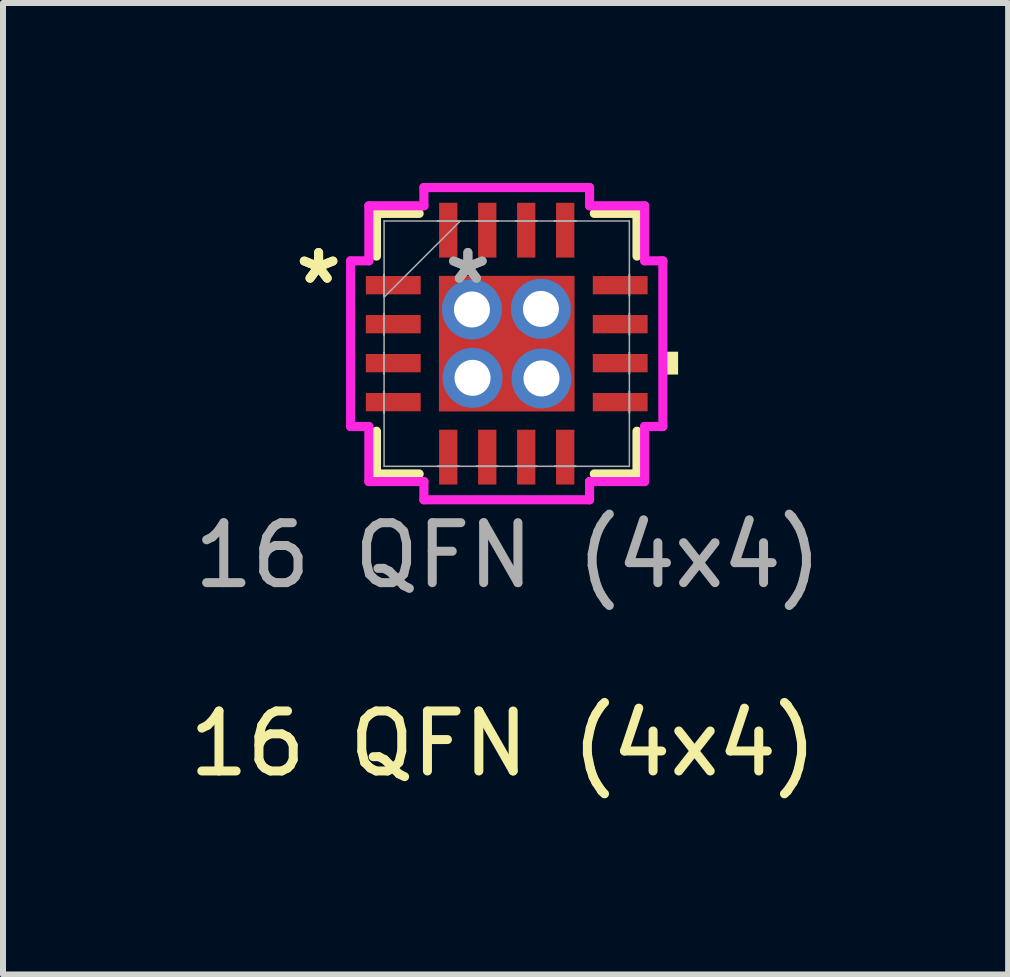
<source format=kicad_pcb>
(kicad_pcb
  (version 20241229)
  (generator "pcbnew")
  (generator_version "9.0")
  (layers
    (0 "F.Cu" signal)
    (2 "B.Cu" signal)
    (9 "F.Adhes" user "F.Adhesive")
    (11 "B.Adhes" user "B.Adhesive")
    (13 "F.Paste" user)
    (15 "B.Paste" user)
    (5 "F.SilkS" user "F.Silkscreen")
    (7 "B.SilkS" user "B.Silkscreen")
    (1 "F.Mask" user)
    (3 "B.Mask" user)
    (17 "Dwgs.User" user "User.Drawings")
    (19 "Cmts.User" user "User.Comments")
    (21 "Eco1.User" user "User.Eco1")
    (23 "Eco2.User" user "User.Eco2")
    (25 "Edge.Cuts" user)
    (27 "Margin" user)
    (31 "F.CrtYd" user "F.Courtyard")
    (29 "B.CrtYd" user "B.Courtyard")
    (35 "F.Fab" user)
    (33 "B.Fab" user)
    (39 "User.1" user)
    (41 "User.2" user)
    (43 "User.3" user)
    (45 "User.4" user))
  (footprint "16 QFN (4x4)"
    (layer "F.Cu")
    (at 5.399 2.68)
    (property "Reference" "16 QFN (4x4)" (at -0.06 6.67 0) (unlocked yes) (layer "F.SilkS") (effects (font (size 1 1) (thickness 0.15))))
    (attr smd)
    (fp_line (start -2.172 -2.172) (end -2.172 -1.46) (stroke (width 0.152) (type solid)) (layer "F.SilkS"))
    (fp_line (start -2.172 1.46) (end -2.172 2.172) (stroke (width 0.152) (type solid)) (layer "F.SilkS"))
    (fp_line (start -2.172 2.172) (end -1.46 2.172) (stroke (width 0.152) (type solid)) (layer "F.SilkS"))
    (fp_line (start -1.46 -2.172) (end -2.172 -2.172) (stroke (width 0.152) (type solid)) (layer "F.SilkS"))
    (fp_line (start 1.46 2.172) (end 2.172 2.172) (stroke (width 0.152) (type solid)) (layer "F.SilkS"))
    (fp_line (start 2.172 -2.172) (end 1.46 -2.172) (stroke (width 0.152) (type solid)) (layer "F.SilkS"))
    (fp_line (start 2.172 -1.46) (end 2.172 -2.172) (stroke (width 0.152) (type solid)) (layer "F.SilkS"))
    (fp_line (start 2.172 2.172) (end 2.172 1.46) (stroke (width 0.152) (type solid)) (layer "F.SilkS"))
    (fp_poly (pts (xy 2.857 0.134) (xy 2.857 0.515) (xy 2.603 0.515) (xy 2.603 0.134)) (stroke (width 0) (type solid)) (fill yes) (layer "F.SilkS"))
    (fp_line (start -2.603 -1.381) (end -2.299 -1.381) (stroke (width 0.152) (type solid)) (layer "F.CrtYd"))
    (fp_line (start -2.603 1.381) (end -2.603 -1.381) (stroke (width 0.152) (type solid)) (layer "F.CrtYd"))
    (fp_line (start -2.299 -2.299) (end -1.381 -2.299) (stroke (width 0.152) (type solid)) (layer "F.CrtYd"))
    (fp_line (start -2.299 -1.381) (end -2.299 -2.299) (stroke (width 0.152) (type solid)) (layer "F.CrtYd"))
    (fp_line (start -2.299 1.381) (end -2.603 1.381) (stroke (width 0.152) (type solid)) (layer "F.CrtYd"))
    (fp_line (start -2.299 2.299) (end -2.299 1.381) (stroke (width 0.152) (type solid)) (layer "F.CrtYd"))
    (fp_line (start -1.381 -2.603) (end 1.381 -2.603) (stroke (width 0.152) (type solid)) (layer "F.CrtYd"))
    (fp_line (start -1.381 -2.299) (end -1.381 -2.603) (stroke (width 0.152) (type solid)) (layer "F.CrtYd"))
    (fp_line (start -1.381 2.299) (end -2.299 2.299) (stroke (width 0.152) (type solid)) (layer "F.CrtYd"))
    (fp_line (start -1.381 2.603) (end -1.381 2.299) (stroke (width 0.152) (type solid)) (layer "F.CrtYd"))
    (fp_line (start 1.381 -2.603) (end 1.381 -2.299) (stroke (width 0.152) (type solid)) (layer "F.CrtYd"))
    (fp_line (start 1.381 -2.299) (end 2.299 -2.299) (stroke (width 0.152) (type solid)) (layer "F.CrtYd"))
    (fp_line (start 1.381 2.299) (end 1.381 2.603) (stroke (width 0.152) (type solid)) (layer "F.CrtYd"))
    (fp_line (start 1.381 2.603) (end -1.381 2.603) (stroke (width 0.152) (type solid)) (layer "F.CrtYd"))
    (fp_line (start 2.299 -2.299) (end 2.299 -1.381) (stroke (width 0.152) (type solid)) (layer "F.CrtYd"))
    (fp_line (start 2.299 -1.381) (end 2.603 -1.381) (stroke (width 0.152) (type solid)) (layer "F.CrtYd"))
    (fp_line (start 2.299 1.381) (end 2.299 2.299) (stroke (width 0.152) (type solid)) (layer "F.CrtYd"))
    (fp_line (start 2.299 2.299) (end 1.381 2.299) (stroke (width 0.152) (type solid)) (layer "F.CrtYd"))
    (fp_line (start 2.603 -1.381) (end 2.603 1.381) (stroke (width 0.152) (type solid)) (layer "F.CrtYd"))
    (fp_line (start 2.603 1.381) (end 2.299 1.381) (stroke (width 0.152) (type solid)) (layer "F.CrtYd"))
    (fp_line (start -2.045 -2.045) (end -2.045 2.045) (stroke (width 0.025) (type solid)) (layer "F.Fab"))
    (fp_line (start -2.045 -1.153) (end -2.045 -1.153) (stroke (width 0.025) (type solid)) (layer "F.Fab"))
    (fp_line (start -2.045 -1.153) (end -2.045 -0.797) (stroke (width 0.025) (type solid)) (layer "F.Fab"))
    (fp_line (start -2.045 -0.797) (end -2.045 -1.153) (stroke (width 0.025) (type solid)) (layer "F.Fab"))
    (fp_line (start -2.045 -0.797) (end -2.045 -0.797) (stroke (width 0.025) (type solid)) (layer "F.Fab"))
    (fp_line (start -2.045 -0.775) (end -0.775 -2.045) (stroke (width 0.025) (type solid)) (layer "F.Fab"))
    (fp_line (start -2.045 -0.503) (end -2.045 -0.503) (stroke (width 0.025) (type solid)) (layer "F.Fab"))
    (fp_line (start -2.045 -0.503) (end -2.045 -0.147) (stroke (width 0.025) (type solid)) (layer "F.Fab"))
    (fp_line (start -2.045 -0.147) (end -2.045 -0.503) (stroke (width 0.025) (type solid)) (layer "F.Fab"))
    (fp_line (start -2.045 -0.147) (end -2.045 -0.147) (stroke (width 0.025) (type solid)) (layer "F.Fab"))
    (fp_line (start -2.045 0.147) (end -2.045 0.147) (stroke (width 0.025) (type solid)) (layer "F.Fab"))
    (fp_line (start -2.045 0.147) (end -2.045 0.503) (stroke (width 0.025) (type solid)) (layer "F.Fab"))
    (fp_line (start -2.045 0.503) (end -2.045 0.147) (stroke (width 0.025) (type solid)) (layer "F.Fab"))
    (fp_line (start -2.045 0.503) (end -2.045 0.503) (stroke (width 0.025) (type solid)) (layer "F.Fab"))
    (fp_line (start -2.045 0.797) (end -2.045 0.797) (stroke (width 0.025) (type solid)) (layer "F.Fab"))
    (fp_line (start -2.045 0.797) (end -2.045 1.153) (stroke (width 0.025) (type solid)) (layer "F.Fab"))
    (fp_line (start -2.045 1.153) (end -2.045 0.797) (stroke (width 0.025) (type solid)) (layer "F.Fab"))
    (fp_line (start -2.045 1.153) (end -2.045 1.153) (stroke (width 0.025) (type solid)) (layer "F.Fab"))
    (fp_line (start -2.045 2.045) (end 2.045 2.045) (stroke (width 0.025) (type solid)) (layer "F.Fab"))
    (fp_line (start -1.153 -2.045) (end -1.153 -2.045) (stroke (width 0.025) (type solid)) (layer "F.Fab"))
    (fp_line (start -1.153 -2.045) (end -0.797 -2.045) (stroke (width 0.025) (type solid)) (layer "F.Fab"))
    (fp_line (start -1.153 2.045) (end -1.153 2.045) (stroke (width 0.025) (type solid)) (layer "F.Fab"))
    (fp_line (start -1.153 2.045) (end -0.797 2.045) (stroke (width 0.025) (type solid)) (layer "F.Fab"))
    (fp_line (start -0.797 -2.045) (end -1.153 -2.045) (stroke (width 0.025) (type solid)) (layer "F.Fab"))
    (fp_line (start -0.797 -2.045) (end -0.797 -2.045) (stroke (width 0.025) (type solid)) (layer "F.Fab"))
    (fp_line (start -0.797 2.045) (end -1.153 2.045) (stroke (width 0.025) (type solid)) (layer "F.Fab"))
    (fp_line (start -0.797 2.045) (end -0.797 2.045) (stroke (width 0.025) (type solid)) (layer "F.Fab"))
    (fp_line (start -0.503 -2.045) (end -0.503 -2.045) (stroke (width 0.025) (type solid)) (layer "F.Fab"))
    (fp_line (start -0.503 -2.045) (end -0.147 -2.045) (stroke (width 0.025) (type solid)) (layer "F.Fab"))
    (fp_line (start -0.503 2.045) (end -0.503 2.045) (stroke (width 0.025) (type solid)) (layer "F.Fab"))
    (fp_line (start -0.503 2.045) (end -0.147 2.045) (stroke (width 0.025) (type solid)) (layer "F.Fab"))
    (fp_line (start -0.147 -2.045) (end -0.503 -2.045) (stroke (width 0.025) (type solid)) (layer "F.Fab"))
    (fp_line (start -0.147 -2.045) (end -0.147 -2.045) (stroke (width 0.025) (type solid)) (layer "F.Fab"))
    (fp_line (start -0.147 2.045) (end -0.503 2.045) (stroke (width 0.025) (type solid)) (layer "F.Fab"))
    (fp_line (start -0.147 2.045) (end -0.147 2.045) (stroke (width 0.025) (type solid)) (layer "F.Fab"))
    (fp_line (start 0.147 -2.045) (end 0.147 -2.045) (stroke (width 0.025) (type solid)) (layer "F.Fab"))
    (fp_line (start 0.147 -2.045) (end 0.503 -2.045) (stroke (width 0.025) (type solid)) (layer "F.Fab"))
    (fp_line (start 0.147 2.045) (end 0.147 2.045) (stroke (width 0.025) (type solid)) (layer "F.Fab"))
    (fp_line (start 0.147 2.045) (end 0.503 2.045) (stroke (width 0.025) (type solid)) (layer "F.Fab"))
    (fp_line (start 0.503 -2.045) (end 0.147 -2.045) (stroke (width 0.025) (type solid)) (layer "F.Fab"))
    (fp_line (start 0.503 -2.045) (end 0.503 -2.045) (stroke (width 0.025) (type solid)) (layer "F.Fab"))
    (fp_line (start 0.503 2.045) (end 0.147 2.045) (stroke (width 0.025) (type solid)) (layer "F.Fab"))
    (fp_line (start 0.503 2.045) (end 0.503 2.045) (stroke (width 0.025) (type solid)) (layer "F.Fab"))
    (fp_line (start 0.797 -2.045) (end 0.797 -2.045) (stroke (width 0.025) (type solid)) (layer "F.Fab"))
    (fp_line (start 0.797 -2.045) (end 1.153 -2.045) (stroke (width 0.025) (type solid)) (layer "F.Fab"))
    (fp_line (start 0.797 2.045) (end 0.797 2.045) (stroke (width 0.025) (type solid)) (layer "F.Fab"))
    (fp_line (start 0.797 2.045) (end 1.153 2.045) (stroke (width 0.025) (type solid)) (layer "F.Fab"))
    (fp_line (start 1.153 -2.045) (end 0.797 -2.045) (stroke (width 0.025) (type solid)) (layer "F.Fab"))
    (fp_line (start 1.153 -2.045) (end 1.153 -2.045) (stroke (width 0.025) (type solid)) (layer "F.Fab"))
    (fp_line (start 1.153 2.045) (end 0.797 2.045) (stroke (width 0.025) (type solid)) (layer "F.Fab"))
    (fp_line (start 1.153 2.045) (end 1.153 2.045) (stroke (width 0.025) (type solid)) (layer "F.Fab"))
    (fp_line (start 2.045 -2.045) (end -2.045 -2.045) (stroke (width 0.025) (type solid)) (layer "F.Fab"))
    (fp_line (start 2.045 -1.153) (end 2.045 -1.153) (stroke (width 0.025) (type solid)) (layer "F.Fab"))
    (fp_line (start 2.045 -1.153) (end 2.045 -0.797) (stroke (width 0.025) (type solid)) (layer "F.Fab"))
    (fp_line (start 2.045 -0.797) (end 2.045 -1.153) (stroke (width 0.025) (type solid)) (layer "F.Fab"))
    (fp_line (start 2.045 -0.797) (end 2.045 -0.797) (stroke (width 0.025) (type solid)) (layer "F.Fab"))
    (fp_line (start 2.045 -0.503) (end 2.045 -0.503) (stroke (width 0.025) (type solid)) (layer "F.Fab"))
    (fp_line (start 2.045 -0.503) (end 2.045 -0.147) (stroke (width 0.025) (type solid)) (layer "F.Fab"))
    (fp_line (start 2.045 -0.147) (end 2.045 -0.503) (stroke (width 0.025) (type solid)) (layer "F.Fab"))
    (fp_line (start 2.045 -0.147) (end 2.045 -0.147) (stroke (width 0.025) (type solid)) (layer "F.Fab"))
    (fp_line (start 2.045 0.147) (end 2.045 0.147) (stroke (width 0.025) (type solid)) (layer "F.Fab"))
    (fp_line (start 2.045 0.147) (end 2.045 0.503) (stroke (width 0.025) (type solid)) (layer "F.Fab"))
    (fp_line (start 2.045 0.503) (end 2.045 0.147) (stroke (width 0.025) (type solid)) (layer "F.Fab"))
    (fp_line (start 2.045 0.503) (end 2.045 0.503) (stroke (width 0.025) (type solid)) (layer "F.Fab"))
    (fp_line (start 2.045 0.797) (end 2.045 0.797) (stroke (width 0.025) (type solid)) (layer "F.Fab"))
    (fp_line (start 2.045 0.797) (end 2.045 1.153) (stroke (width 0.025) (type solid)) (layer "F.Fab"))
    (fp_line (start 2.045 1.153) (end 2.045 0.797) (stroke (width 0.025) (type solid)) (layer "F.Fab"))
    (fp_line (start 2.045 1.153) (end 2.045 1.153) (stroke (width 0.025) (type solid)) (layer "F.Fab"))
    (fp_line (start 2.045 2.045) (end 2.045 -2.045) (stroke (width 0.025) (type solid)) (layer "F.Fab"))
    (fp_text user "*" (at -3.137 -0.975 0) (layer "F.SilkS") (effects (font (size 1 1) (thickness 0.15))))
    (fp_text user "*" (at -3.137 -0.975 0) (unlocked yes) (layer "F.SilkS") (effects (font (size 1 1) (thickness 0.15))))
    (fp_text user "*" (at -0.648 -0.975 0) (unlocked yes) (layer "F.Fab") (effects (font (size 1 1) (thickness 0.15))))
    (fp_text user "${REFERENCE}" (at 0.02 3.53 0) (unlocked yes) (layer "F.Fab") (effects (font (size 1 1) (thickness 0.15))))
    (fp_text user "*" (at -0.648 -0.975 0) (layer "F.Fab") (effects (font (size 1 1) (thickness 0.15))))
    (pad "1" smd rect (at -1.892 -0.975 90) (size 0.305 0.914) (layers "F.Cu" "F.Mask" "F.Paste"))
    (pad "2" smd rect (at -1.892 -0.325 90) (size 0.305 0.914) (layers "F.Cu" "F.Mask" "F.Paste"))
    (pad "3" smd rect (at -1.892 0.325 90) (size 0.305 0.914) (layers "F.Cu" "F.Mask" "F.Paste"))
    (pad "4" smd rect (at -1.892 0.975 90) (size 0.305 0.914) (layers "F.Cu" "F.Mask" "F.Paste"))
    (pad "5" smd rect (at -0.975 1.892) (size 0.305 0.914) (layers "F.Cu" "F.Mask" "F.Paste"))
    (pad "6" smd rect (at -0.325 1.892) (size 0.305 0.914) (layers "F.Cu" "F.Mask" "F.Paste"))
    (pad "7" smd rect (at 0.325 1.892) (size 0.305 0.914) (layers "F.Cu" "F.Mask" "F.Paste"))
    (pad "8" smd rect (at 0.975 1.892) (size 0.305 0.914) (layers "F.Cu" "F.Mask" "F.Paste"))
    (pad "9" smd rect (at 1.892 0.975 90) (size 0.305 0.914) (layers "F.Cu" "F.Mask" "F.Paste"))
    (pad "10" smd rect (at 1.892 0.325 90) (size 0.305 0.914) (layers "F.Cu" "F.Mask" "F.Paste"))
    (pad "11" smd rect (at 1.892 -0.325 90) (size 0.305 0.914) (layers "F.Cu" "F.Mask" "F.Paste"))
    (pad "12" smd rect (at 1.892 -0.975 90) (size 0.305 0.914) (layers "F.Cu" "F.Mask" "F.Paste"))
    (pad "13" smd rect (at 0.975 -1.892) (size 0.305 0.914) (layers "F.Cu" "F.Mask" "F.Paste"))
    (pad "14" smd rect (at 0.325 -1.892) (size 0.305 0.914) (layers "F.Cu" "F.Mask" "F.Paste"))
    (pad "15" smd rect (at -0.325 -1.892) (size 0.305 0.914) (layers "F.Cu" "F.Mask" "F.Paste"))
    (pad "16" smd rect (at -0.975 -1.892) (size 0.305 0.914) (layers "F.Cu" "F.Mask" "F.Paste"))
    (pad "17" thru_hole circle (at -0.58 -0.57) (size 1 1) (drill 0.6) (layers "*.Cu" "*.Mask"))
    (pad "17" thru_hole circle (at -0.57 0.57) (size 1 1) (drill 0.6) (layers "*.Cu" "*.Mask"))
    (pad "17" smd rect (at 0 0) (size 2.261 2.261) (layers "F.Cu" "F.Mask" "F.Paste"))
    (pad "17" thru_hole circle (at 0.57 -0.58) (size 1 1) (drill 0.6) (layers "*.Cu" "*.Mask"))
    (pad "17" thru_hole circle (at 0.58 0.58) (size 1 1) (drill 0.6) (layers "*.Cu" "*.Mask")))
  (gr_rect
    (start -3 -3)
    (end 13.759 13.198)
    (stroke (width 0.1) (type default))
    (fill no)
    (layer "Edge.Cuts")))
</source>
